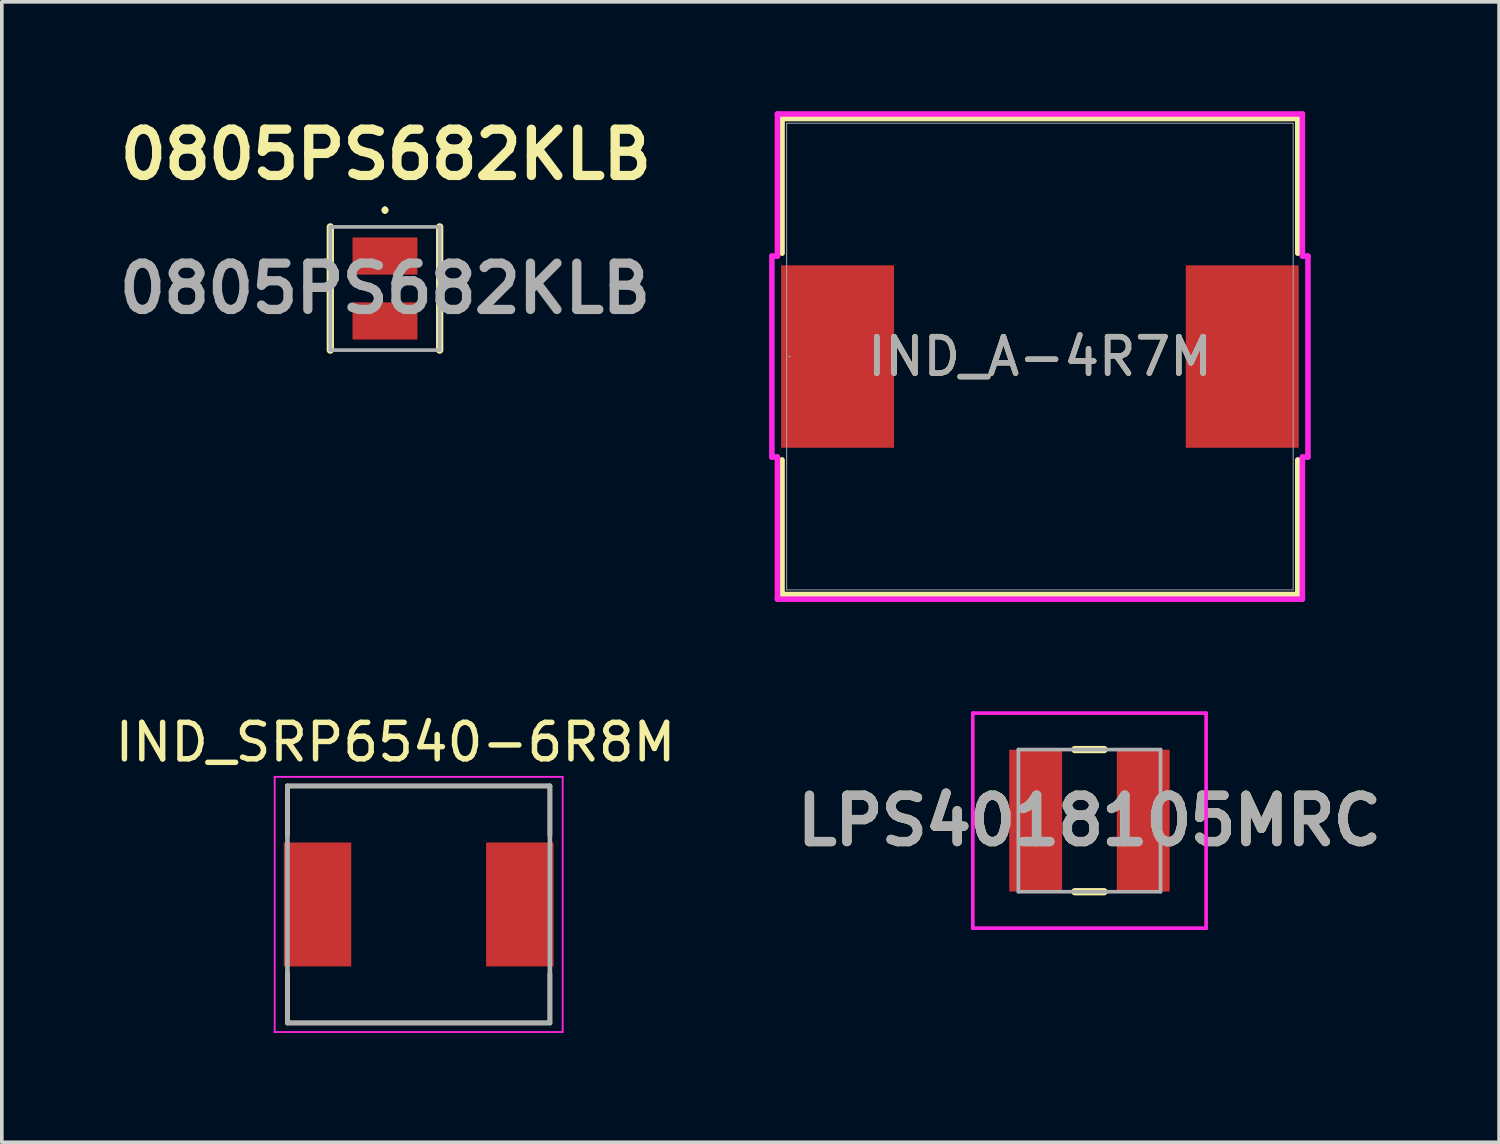
<source format=kicad_pcb>
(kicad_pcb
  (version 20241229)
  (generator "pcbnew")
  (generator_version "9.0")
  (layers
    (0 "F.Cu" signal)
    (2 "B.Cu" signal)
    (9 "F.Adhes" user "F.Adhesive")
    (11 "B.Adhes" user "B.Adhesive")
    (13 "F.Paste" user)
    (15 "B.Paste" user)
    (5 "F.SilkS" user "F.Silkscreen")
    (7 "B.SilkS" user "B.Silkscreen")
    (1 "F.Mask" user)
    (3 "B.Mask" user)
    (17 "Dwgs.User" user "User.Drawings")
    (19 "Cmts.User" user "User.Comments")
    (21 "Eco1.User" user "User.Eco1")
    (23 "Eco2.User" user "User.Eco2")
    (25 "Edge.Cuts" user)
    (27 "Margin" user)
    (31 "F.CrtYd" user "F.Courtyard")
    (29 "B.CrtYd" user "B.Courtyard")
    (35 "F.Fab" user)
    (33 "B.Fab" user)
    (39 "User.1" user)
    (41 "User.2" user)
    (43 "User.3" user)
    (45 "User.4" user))
  (footprint "LPS4018105MRC"
    (layer "F.Cu")
    (at 26.836 19.462)
    (property "Reference" "LPS4018105MRC" (at 0 0 0) (layer "F.SilkS") (effects (font (size 1.27 1.27) (thickness 0.254))))
    (attr smd)
    (fp_line (start -0.4 -1.95) (end 0.4 -1.95) (stroke (width 0.2) (type solid)) (layer "F.SilkS"))
    (fp_line (start -0.4 1.95) (end 0.4 1.95) (stroke (width 0.2) (type solid)) (layer "F.SilkS"))
    (fp_line (start -3.2 -2.95) (end 3.2 -2.95) (stroke (width 0.1) (type solid)) (layer "F.CrtYd"))
    (fp_line (start -3.2 2.95) (end -3.2 -2.95) (stroke (width 0.1) (type solid)) (layer "F.CrtYd"))
    (fp_line (start 3.2 -2.95) (end 3.2 2.95) (stroke (width 0.1) (type solid)) (layer "F.CrtYd"))
    (fp_line (start 3.2 2.95) (end -3.2 2.95) (stroke (width 0.1) (type solid)) (layer "F.CrtYd"))
    (fp_line (start -1.95 -1.95) (end 1.95 -1.95) (stroke (width 0.1) (type solid)) (layer "F.Fab"))
    (fp_line (start -1.95 1.95) (end -1.95 -1.95) (stroke (width 0.1) (type solid)) (layer "F.Fab"))
    (fp_line (start 1.95 -1.95) (end 1.95 1.95) (stroke (width 0.1) (type solid)) (layer "F.Fab"))
    (fp_line (start 1.95 1.95) (end -1.95 1.95) (stroke (width 0.1) (type solid)) (layer "F.Fab"))
    (fp_text user "${REFERENCE}" (at 0 0 0) (layer "F.Fab") (effects (font (size 1.27 1.27) (thickness 0.254))))
    (pad "1" smd rect (at -1.475 0) (size 1.45 3.89) (layers "F.Cu" "F.Mask" "F.Paste"))
    (pad "2" smd rect (at 1.475 0) (size 1.45 3.89) (layers "F.Cu" "F.Mask" "F.Paste")))
  (footprint "IND_A-4R7M"
    (layer "F.Cu")
    (at 25.477 6.731)
    (property "Reference" "IND_A-4R7M" (at 0 0 0) (unlocked yes) (layer "F.SilkS") (effects (font (size 1 1) (thickness 0.15))))
    (attr smd)
    (fp_line (start -7.074 -6.528) (end -7.074 -2.835) (stroke (width 0.152) (type solid)) (layer "F.SilkS"))
    (fp_line (start -7.074 2.835) (end -7.074 6.528) (stroke (width 0.152) (type solid)) (layer "F.SilkS"))
    (fp_line (start -7.074 6.528) (end 7.074 6.528) (stroke (width 0.152) (type solid)) (layer "F.SilkS"))
    (fp_line (start 7.074 -6.528) (end -7.074 -6.528) (stroke (width 0.152) (type solid)) (layer "F.SilkS"))
    (fp_line (start 7.074 -2.835) (end 7.074 -6.528) (stroke (width 0.152) (type solid)) (layer "F.SilkS"))
    (fp_line (start 7.074 6.528) (end 7.074 2.835) (stroke (width 0.152) (type solid)) (layer "F.SilkS"))
    (fp_line (start -7.353 -2.756) (end -7.201 -2.756) (stroke (width 0.152) (type solid)) (layer "F.CrtYd"))
    (fp_line (start -7.353 2.756) (end -7.353 -2.756) (stroke (width 0.152) (type solid)) (layer "F.CrtYd"))
    (fp_line (start -7.201 -6.655) (end 7.201 -6.655) (stroke (width 0.152) (type solid)) (layer "F.CrtYd"))
    (fp_line (start -7.201 -2.756) (end -7.201 -6.655) (stroke (width 0.152) (type solid)) (layer "F.CrtYd"))
    (fp_line (start -7.201 2.756) (end -7.353 2.756) (stroke (width 0.152) (type solid)) (layer "F.CrtYd"))
    (fp_line (start -7.201 6.655) (end -7.201 2.756) (stroke (width 0.152) (type solid)) (layer "F.CrtYd"))
    (fp_line (start 7.201 -6.655) (end 7.201 -2.756) (stroke (width 0.152) (type solid)) (layer "F.CrtYd"))
    (fp_line (start 7.201 -2.756) (end 7.353 -2.756) (stroke (width 0.152) (type solid)) (layer "F.CrtYd"))
    (fp_line (start 7.201 2.756) (end 7.201 6.655) (stroke (width 0.152) (type solid)) (layer "F.CrtYd"))
    (fp_line (start 7.201 6.655) (end -7.201 6.655) (stroke (width 0.152) (type solid)) (layer "F.CrtYd"))
    (fp_line (start 7.353 -2.756) (end 7.353 2.756) (stroke (width 0.152) (type solid)) (layer "F.CrtYd"))
    (fp_line (start 7.353 2.756) (end 7.201 2.756) (stroke (width 0.152) (type solid)) (layer "F.CrtYd"))
    (fp_line (start -6.947 -6.401) (end -6.947 6.401) (stroke (width 0.025) (type solid)) (layer "F.Fab"))
    (fp_line (start -6.947 6.401) (end 6.947 6.401) (stroke (width 0.025) (type solid)) (layer "F.Fab"))
    (fp_line (start 6.947 -6.401) (end -6.947 -6.401) (stroke (width 0.025) (type solid)) (layer "F.Fab"))
    (fp_line (start 6.947 6.401) (end 6.947 -6.401) (stroke (width 0.025) (type solid)) (layer "F.Fab"))
    (fp_circle (center -6.871 0) (end -6.871 0) (stroke (width 0.025) (type solid)) (fill no) (layer "F.Fab"))
    (fp_text user "${REFERENCE}" (at 0 0 0) (unlocked yes) (layer "F.Fab") (effects (font (size 1 1) (thickness 0.15))))
    (pad "1" smd rect (at -5.55 0) (size 3.099 5.004) (layers "F.Cu" "F.Mask" "F.Paste"))
    (pad "2" smd rect (at 5.55 0) (size 3.099 5.004) (layers "F.Cu" "F.Mask" "F.Paste"))
    (zone (net_name "") (layer "F.Cu") (hatch full 0.508) (connect_pads) (min_thickness 0.254) (filled_areas_thickness no) (keepout (tracks not_allowed) (vias not_allowed) (pads allowed) (copperpour not_allowed) (footprints allowed)) (placement (enabled no)) (fill) (polygon (pts (xy 21.527 0.381) (xy 29.426 0.381) (xy 29.426 13.081) (xy 21.527 13.081)))))
  (footprint "0805PS682KLB"
    (layer "F.Cu")
    (at 7.511 4.864)
    (property "Reference" "0805PS682KLB" (at 0.025 -3.675 0) (layer "F.SilkS") (effects (font (size 1.27 1.27) (thickness 0.254))))
    (attr smd)
    (fp_line (start -1.5 1.69) (end -1.5 -1.69) (stroke (width 0.2) (type solid)) (layer "F.SilkS"))
    (fp_line (start 0 -2.2) (end 0 -2.2) (stroke (width 0.1) (type solid)) (layer "F.SilkS"))
    (fp_line (start 0 -2.1) (end 0 -2.1) (stroke (width 0.1) (type solid)) (layer "F.SilkS"))
    (fp_line (start 1.5 1.69) (end 1.5 -1.69) (stroke (width 0.2) (type solid)) (layer "F.SilkS"))
    (fp_arc (start 0 -2.2) (mid 0.05 -2.15) (end 0 -2.1) (stroke (width 0.1) (type solid)) (layer "F.SilkS"))
    (fp_arc (start 0 -2.1) (mid -0.05 -2.15) (end 0 -2.2) (stroke (width 0.1) (type solid)) (layer "F.SilkS"))
    (fp_line (start -1.5 -1.69) (end -1.5 1.69) (stroke (width 0.1) (type solid)) (layer "F.Fab"))
    (fp_line (start -1.5 1.69) (end 1.5 1.69) (stroke (width 0.1) (type solid)) (layer "F.Fab"))
    (fp_line (start 1.5 -1.69) (end -1.5 -1.69) (stroke (width 0.1) (type solid)) (layer "F.Fab"))
    (fp_line (start 1.5 1.69) (end 1.5 -1.69) (stroke (width 0.1) (type solid)) (layer "F.Fab"))
    (fp_text user "${REFERENCE}" (at 0 0 0) (layer "F.Fab") (effects (font (size 1.27 1.27) (thickness 0.254))))
    (pad "1" smd rect (at 0 -0.89 90) (size 1.02 1.78) (layers "F.Cu" "F.Mask" "F.Paste"))
    (pad "2" smd rect (at 0 0.89 90) (size 1.02 1.78) (layers "F.Cu" "F.Mask" "F.Paste")))
  (footprint "IND_SRP6540-6R8M"
    (layer "F.Cu")
    (at 8.435 21.761)
    (property "Reference" "IND_SRP6540-6R8M" (at -0.636 -4.45 0) (layer "F.SilkS") (effects (font (size 1.001 1.001) (thickness 0.15))))
    (attr smd)
    (fp_line (start -3.6 -3.25) (end 3.6 -3.25) (stroke (width 0.127) (type solid)) (layer "F.SilkS"))
    (fp_line (start -3.6 -1.9) (end -3.6 -3.25) (stroke (width 0.127) (type solid)) (layer "F.SilkS"))
    (fp_line (start -3.6 3.25) (end -3.6 1.9) (stroke (width 0.127) (type solid)) (layer "F.SilkS"))
    (fp_line (start 3.6 -3.25) (end 3.6 -1.9) (stroke (width 0.127) (type solid)) (layer "F.SilkS"))
    (fp_line (start 3.6 1.9) (end 3.6 3.25) (stroke (width 0.127) (type solid)) (layer "F.SilkS"))
    (fp_line (start 3.6 3.25) (end -3.6 3.25) (stroke (width 0.127) (type solid)) (layer "F.SilkS"))
    (fp_line (start -3.95 -3.5) (end 3.95 -3.5) (stroke (width 0.05) (type solid)) (layer "F.CrtYd"))
    (fp_line (start -3.95 3.5) (end -3.95 -3.5) (stroke (width 0.05) (type solid)) (layer "F.CrtYd"))
    (fp_line (start 3.95 -3.5) (end 3.95 3.5) (stroke (width 0.05) (type solid)) (layer "F.CrtYd"))
    (fp_line (start 3.95 3.5) (end -3.95 3.5) (stroke (width 0.05) (type solid)) (layer "F.CrtYd"))
    (fp_line (start -3.6 -3.25) (end 3.6 -3.25) (stroke (width 0.127) (type solid)) (layer "F.Fab"))
    (fp_line (start -3.6 3.25) (end -3.6 -3.25) (stroke (width 0.127) (type solid)) (layer "F.Fab"))
    (fp_line (start 3.6 -3.25) (end 3.6 3.25) (stroke (width 0.127) (type solid)) (layer "F.Fab"))
    (fp_line (start 3.6 3.25) (end -3.6 3.25) (stroke (width 0.127) (type solid)) (layer "F.Fab"))
    (pad "1" smd rect (at -2.775 0) (size 1.85 3.4) (layers "F.Cu" "F.Mask" "F.Paste"))
    (pad "2" smd rect (at 2.775 0) (size 1.85 3.4) (layers "F.Cu" "F.Mask" "F.Paste")))
  (gr_rect
    (start -3 -3)
    (end 38.073 28.286)
    (stroke (width 0.1) (type default))
    (fill no)
    (layer "Edge.Cuts")))
</source>
